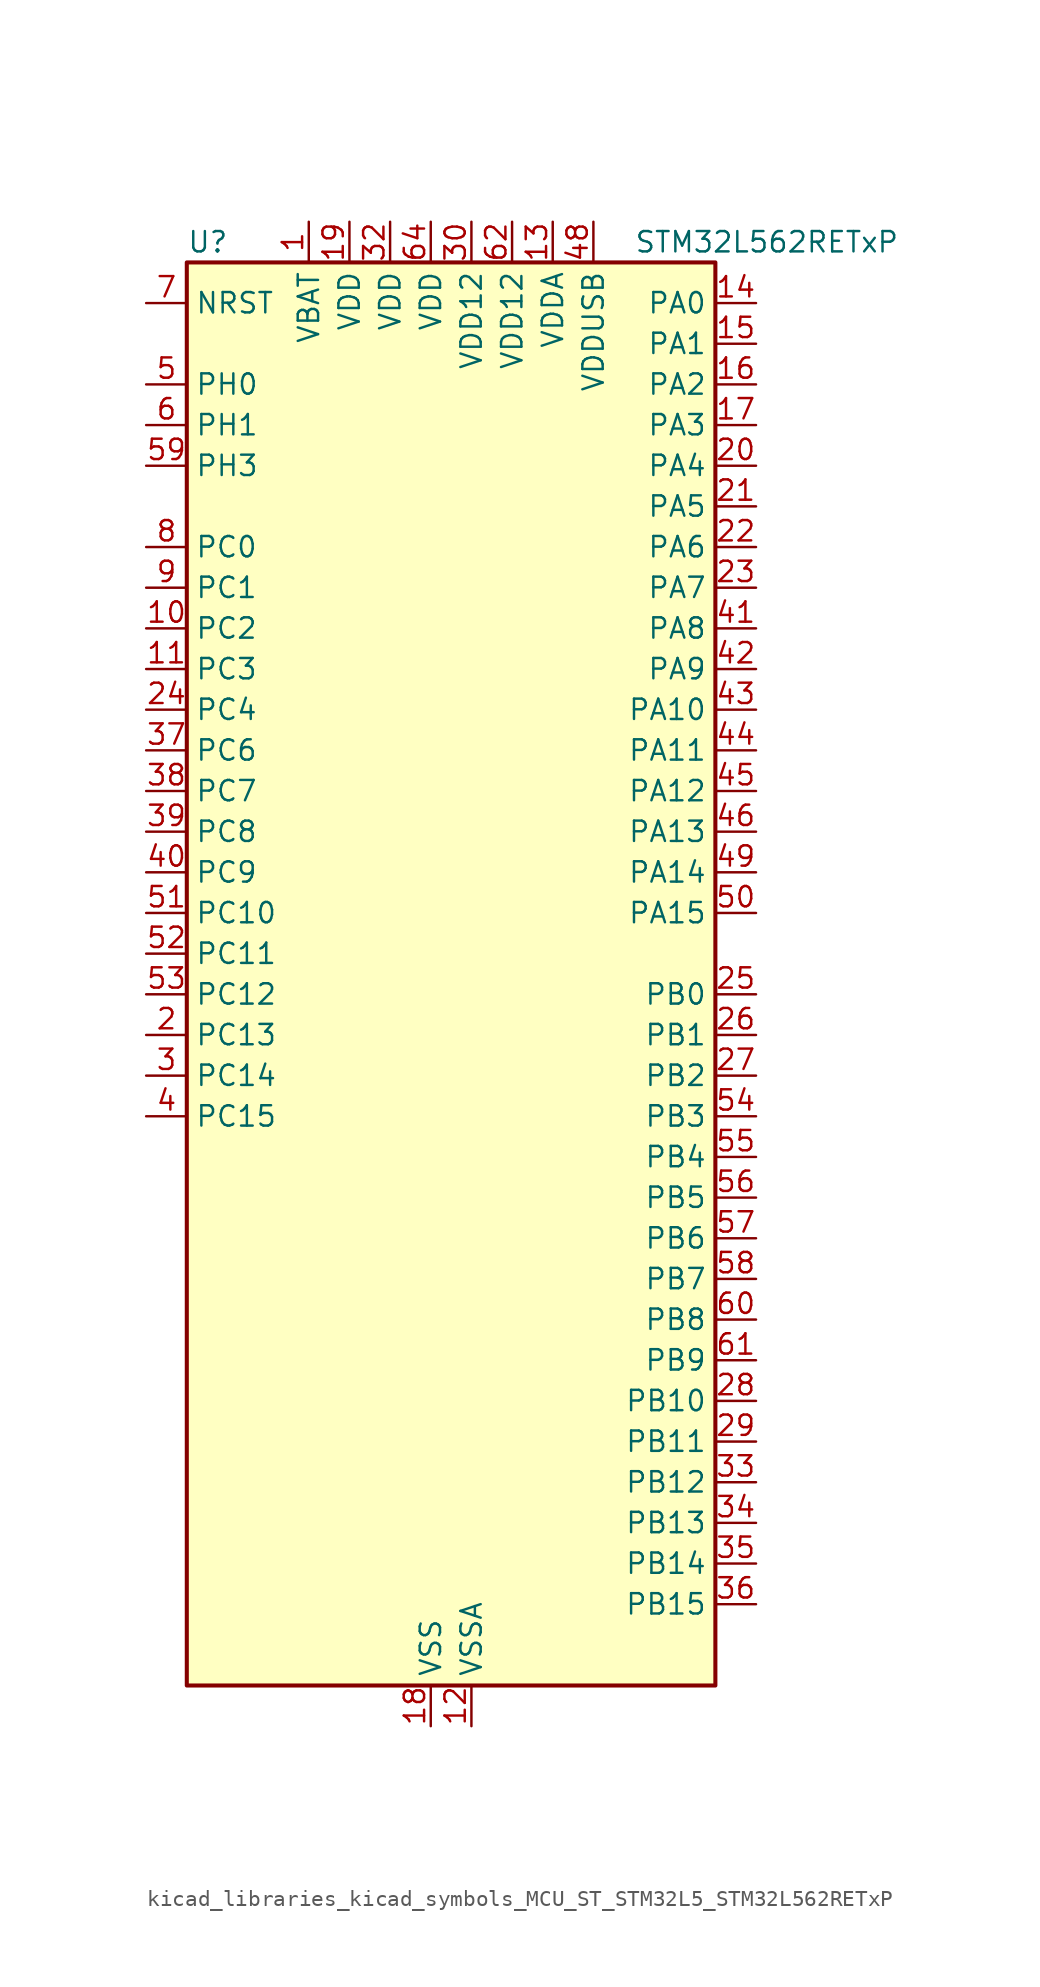
<source format=kicad_sym>
(kicad_symbol_lib
  (version 20220914)
  (generator kicad_symbol_editor)
  (symbol "kicad_libraries_kicad_symbols_MCU_ST_STM32L5_STM32L562RETxP"
    (property "Reference" "U"
      (at -15.24 46.99 0)
      (effects (font (size 1.27 1.27)) (justify left)))
    (property "Value" "STM32L562RETxP"
      (at 12.7 46.99 0)
      (effects (font (size 1.27 1.27)) (justify left)))
    (property "ki_locked" ""
      (at 0 0 0)
      (effects (font (size 1.27 1.27))))
    (symbol "kicad_libraries_kicad_symbols_MCU_ST_STM32L5_STM32L562RETxP_0_1"
      (rectangle (start -15.24 -43.18) (end 17.78 45.72) (stroke (width 0.254) (type default)) (fill (type background))))
    (symbol "kicad_libraries_kicad_symbols_MCU_ST_STM32L5_STM32L562RETxP_1_1"
      (pin power_in line (at -7.62 48.26 270) (length 2.54) (name "VBAT" (effects (font (size 1.27 1.27)))) (number "1" (effects (font (size 1.27 1.27)))))
      (pin bidirectional line (at -17.78 22.86 0) (length 2.54) (name "PC2" (effects (font (size 1.27 1.27)))) (number "10" (effects (font (size 1.27 1.27)))) (alternate "ADC1_IN3" bidirectional line) (alternate "ADC2_IN3" bidirectional line) (alternate "DFSDM1_CKOUT" bidirectional line) (alternate "LPTIM1_IN2" bidirectional line) (alternate "OCTOSPI1_IO5" bidirectional line) (alternate "SPI2_MISO" bidirectional line))
      (pin bidirectional line (at -17.78 20.32 0) (length 2.54) (name "PC3" (effects (font (size 1.27 1.27)))) (number "11" (effects (font (size 1.27 1.27)))) (alternate "ADC1_IN4" bidirectional line) (alternate "ADC2_IN4" bidirectional line) (alternate "LPTIM1_ETR" bidirectional line) (alternate "LPTIM2_ETR" bidirectional line) (alternate "LPTIM3_OUT" bidirectional line) (alternate "OCTOSPI1_IO6" bidirectional line) (alternate "SAI1_D1" bidirectional line) (alternate "SAI1_SD_A" bidirectional line) (alternate "SPI2_MOSI" bidirectional line))
      (pin power_in line (at 2.54 -45.72 90) (length 2.54) (name "VSSA" (effects (font (size 1.27 1.27)))) (number "12" (effects (font (size 1.27 1.27)))))
      (pin power_in line (at 7.62 48.26 270) (length 2.54) (name "VDDA" (effects (font (size 1.27 1.27)))) (number "13" (effects (font (size 1.27 1.27)))))
      (pin bidirectional line (at 20.32 43.18 180) (length 2.54) (name "PA0" (effects (font (size 1.27 1.27)))) (number "14" (effects (font (size 1.27 1.27)))) (alternate "ADC1_IN5" bidirectional line) (alternate "ADC2_IN5" bidirectional line) (alternate "OPAMP1_VINP" bidirectional line) (alternate "PWR_WKUP1" bidirectional line) (alternate "SAI1_EXTCLK" bidirectional line) (alternate "TAMP_IN2" bidirectional line) (alternate "TAMP_OUT1" bidirectional line) (alternate "TIM2_CH1" bidirectional line) (alternate "TIM2_ETR" bidirectional line) (alternate "TIM5_CH1" bidirectional line) (alternate "TIM8_ETR" bidirectional line) (alternate "UART4_TX" bidirectional line) (alternate "USART2_CTS" bidirectional line) (alternate "USART2_NSS" bidirectional line))
      (pin bidirectional line (at 20.32 40.64 180) (length 2.54) (name "PA1" (effects (font (size 1.27 1.27)))) (number "15" (effects (font (size 1.27 1.27)))) (alternate "ADC1_IN6" bidirectional line) (alternate "ADC2_IN6" bidirectional line) (alternate "I2C1_SMBA" bidirectional line) (alternate "OCTOSPI1_DQS" bidirectional line) (alternate "OPAMP1_VINM" bidirectional line) (alternate "SPI1_SCK" bidirectional line) (alternate "TAMP_IN5" bidirectional line) (alternate "TAMP_OUT4" bidirectional line) (alternate "TIM15_CH1N" bidirectional line) (alternate "TIM2_CH2" bidirectional line) (alternate "TIM5_CH2" bidirectional line) (alternate "UART4_RX" bidirectional line) (alternate "USART2_DE" bidirectional line) (alternate "USART2_RTS" bidirectional line))
      (pin bidirectional line (at 20.32 38.1 180) (length 2.54) (name "PA2" (effects (font (size 1.27 1.27)))) (number "16" (effects (font (size 1.27 1.27)))) (alternate "ADC1_IN7" bidirectional line) (alternate "ADC2_IN7" bidirectional line) (alternate "COMP1_INP" bidirectional line) (alternate "LPUART1_TX" bidirectional line) (alternate "OCTOSPI1_NCS" bidirectional line) (alternate "PWR_WKUP4" bidirectional line) (alternate "RCC_LSCO" bidirectional line) (alternate "SAI2_EXTCLK" bidirectional line) (alternate "TIM15_CH1" bidirectional line) (alternate "TIM2_CH3" bidirectional line) (alternate "TIM5_CH3" bidirectional line) (alternate "UCPD1_FRSTX1" bidirectional line) (alternate "USART2_TX" bidirectional line))
      (pin bidirectional line (at 20.32 35.56 180) (length 2.54) (name "PA3" (effects (font (size 1.27 1.27)))) (number "17" (effects (font (size 1.27 1.27)))) (alternate "ADC1_IN8" bidirectional line) (alternate "ADC2_IN8" bidirectional line) (alternate "LPUART1_RX" bidirectional line) (alternate "OCTOSPI1_CLK" bidirectional line) (alternate "OPAMP1_VOUT" bidirectional line) (alternate "SAI1_CK1" bidirectional line) (alternate "SAI1_MCLK_A" bidirectional line) (alternate "TIM15_CH2" bidirectional line) (alternate "TIM2_CH4" bidirectional line) (alternate "TIM5_CH4" bidirectional line) (alternate "USART2_RX" bidirectional line))
      (pin power_in line (at 0 -45.72 90) (length 2.54) (name "VSS" (effects (font (size 1.27 1.27)))) (number "18" (effects (font (size 1.27 1.27)))))
      (pin power_in line (at -5.08 48.26 270) (length 2.54) (name "VDD" (effects (font (size 1.27 1.27)))) (number "19" (effects (font (size 1.27 1.27)))))
      (pin bidirectional line (at -17.78 -2.54 0) (length 2.54) (name "PC13" (effects (font (size 1.27 1.27)))) (number "2" (effects (font (size 1.27 1.27)))) (alternate "PWR_WKUP2" bidirectional line) (alternate "RTC_OUT1" bidirectional line) (alternate "RTC_TS" bidirectional line) (alternate "TAMP_IN1" bidirectional line) (alternate "TAMP_OUT2" bidirectional line))
      (pin bidirectional line (at 20.32 33.02 180) (length 2.54) (name "PA4" (effects (font (size 1.27 1.27)))) (number "20" (effects (font (size 1.27 1.27)))) (alternate "ADC1_IN9" bidirectional line) (alternate "ADC2_IN9" bidirectional line) (alternate "DAC1_OUT1" bidirectional line) (alternate "LPTIM2_OUT" bidirectional line) (alternate "OCTOSPI1_NCS" bidirectional line) (alternate "SAI1_FS_B" bidirectional line) (alternate "SPI1_NSS" bidirectional line) (alternate "SPI3_NSS" bidirectional line) (alternate "USART2_CK" bidirectional line))
      (pin bidirectional line (at 20.32 30.48 180) (length 2.54) (name "PA5" (effects (font (size 1.27 1.27)))) (number "21" (effects (font (size 1.27 1.27)))) (alternate "ADC1_IN10" bidirectional line) (alternate "ADC2_IN10" bidirectional line) (alternate "DAC1_OUT2" bidirectional line) (alternate "LPTIM2_ETR" bidirectional line) (alternate "SPI1_SCK" bidirectional line) (alternate "TIM2_CH1" bidirectional line) (alternate "TIM2_ETR" bidirectional line) (alternate "TIM8_CH1N" bidirectional line))
      (pin bidirectional line (at 20.32 27.94 180) (length 2.54) (name "PA6" (effects (font (size 1.27 1.27)))) (number "22" (effects (font (size 1.27 1.27)))) (alternate "ADC1_IN11" bidirectional line) (alternate "ADC2_IN11" bidirectional line) (alternate "LPUART1_CTS" bidirectional line) (alternate "OCTOSPI1_IO3" bidirectional line) (alternate "OPAMP2_VINP" bidirectional line) (alternate "SPI1_MISO" bidirectional line) (alternate "TIM16_CH1" bidirectional line) (alternate "TIM1_BKIN" bidirectional line) (alternate "TIM3_CH1" bidirectional line) (alternate "TIM8_BKIN" bidirectional line) (alternate "USART3_CTS" bidirectional line) (alternate "USART3_NSS" bidirectional line))
      (pin bidirectional line (at 20.32 25.4 180) (length 2.54) (name "PA7" (effects (font (size 1.27 1.27)))) (number "23" (effects (font (size 1.27 1.27)))) (alternate "ADC1_IN12" bidirectional line) (alternate "ADC2_IN12" bidirectional line) (alternate "I2C3_SCL" bidirectional line) (alternate "OCTOSPI1_IO2" bidirectional line) (alternate "OPAMP2_VINM" bidirectional line) (alternate "SPI1_MOSI" bidirectional line) (alternate "TIM17_CH1" bidirectional line) (alternate "TIM1_CH1N" bidirectional line) (alternate "TIM3_CH2" bidirectional line) (alternate "TIM8_CH1N" bidirectional line))
      (pin bidirectional line (at -17.78 17.78 0) (length 2.54) (name "PC4" (effects (font (size 1.27 1.27)))) (number "24" (effects (font (size 1.27 1.27)))) (alternate "ADC1_IN13" bidirectional line) (alternate "ADC2_IN13" bidirectional line) (alternate "COMP1_INM" bidirectional line) (alternate "OCTOSPI1_IO7" bidirectional line) (alternate "USART3_TX" bidirectional line))
      (pin bidirectional line (at 20.32 0 180) (length 2.54) (name "PB0" (effects (font (size 1.27 1.27)))) (number "25" (effects (font (size 1.27 1.27)))) (alternate "ADC1_IN15" bidirectional line) (alternate "ADC2_IN15" bidirectional line) (alternate "COMP1_OUT" bidirectional line) (alternate "OCTOSPI1_IO1" bidirectional line) (alternate "OPAMP2_VOUT" bidirectional line) (alternate "SAI1_EXTCLK" bidirectional line) (alternate "SPI1_NSS" bidirectional line) (alternate "TIM1_CH2N" bidirectional line) (alternate "TIM3_CH3" bidirectional line) (alternate "TIM8_CH2N" bidirectional line) (alternate "USART3_CK" bidirectional line))
      (pin bidirectional line (at 20.32 -2.54 180) (length 2.54) (name "PB1" (effects (font (size 1.27 1.27)))) (number "26" (effects (font (size 1.27 1.27)))) (alternate "ADC1_IN16" bidirectional line) (alternate "ADC2_IN16" bidirectional line) (alternate "COMP1_INM" bidirectional line) (alternate "DFSDM1_DATIN0" bidirectional line) (alternate "LPTIM2_IN1" bidirectional line) (alternate "LPUART1_DE" bidirectional line) (alternate "LPUART1_RTS" bidirectional line) (alternate "OCTOSPI1_IO0" bidirectional line) (alternate "TIM1_CH3N" bidirectional line) (alternate "TIM3_CH4" bidirectional line) (alternate "TIM8_CH3N" bidirectional line) (alternate "USART3_DE" bidirectional line) (alternate "USART3_RTS" bidirectional line))
      (pin bidirectional line (at 20.32 -5.08 180) (length 2.54) (name "PB2" (effects (font (size 1.27 1.27)))) (number "27" (effects (font (size 1.27 1.27)))) (alternate "COMP1_INP" bidirectional line) (alternate "DFSDM1_CKIN0" bidirectional line) (alternate "I2C3_SMBA" bidirectional line) (alternate "LPTIM1_OUT" bidirectional line) (alternate "OCTOSPI1_DQS" bidirectional line) (alternate "RTC_OUT2" bidirectional line) (alternate "UCPD1_FRSTX1" bidirectional line))
      (pin bidirectional line (at 20.32 -25.4 180) (length 2.54) (name "PB10" (effects (font (size 1.27 1.27)))) (number "28" (effects (font (size 1.27 1.27)))) (alternate "COMP1_OUT" bidirectional line) (alternate "I2C2_SCL" bidirectional line) (alternate "I2C4_SCL" bidirectional line) (alternate "LPTIM3_OUT" bidirectional line) (alternate "LPUART1_RX" bidirectional line) (alternate "OCTOSPI1_CLK" bidirectional line) (alternate "SAI1_SCK_A" bidirectional line) (alternate "SPI2_SCK" bidirectional line) (alternate "TIM2_CH3" bidirectional line) (alternate "TSC_SYNC" bidirectional line) (alternate "USART3_TX" bidirectional line))
      (pin bidirectional line (at 20.32 -27.94 180) (length 2.54) (name "PB11" (effects (font (size 1.27 1.27)))) (number "29" (effects (font (size 1.27 1.27)))) (alternate "ADC1_EXTI11" bidirectional line) (alternate "ADC2_EXTI11" bidirectional line) (alternate "COMP2_OUT" bidirectional line) (alternate "I2C2_SDA" bidirectional line) (alternate "I2C4_SDA" bidirectional line) (alternate "LPUART1_TX" bidirectional line) (alternate "OCTOSPI1_NCS" bidirectional line) (alternate "TIM2_CH4" bidirectional line) (alternate "USART3_RX" bidirectional line))
      (pin bidirectional line (at -17.78 -5.08 0) (length 2.54) (name "PC14" (effects (font (size 1.27 1.27)))) (number "3" (effects (font (size 1.27 1.27)))) (alternate "RCC_OSC32_IN" bidirectional line))
      (pin power_in line (at 2.54 48.26 270) (length 2.54) (name "VDD12" (effects (font (size 1.27 1.27)))) (number "30" (effects (font (size 1.27 1.27)))))
      (pin passive line (at 0 -45.72 90) (length 2.54) hide (name "VSS" (effects (font (size 1.27 1.27)))) (number "31" (effects (font (size 1.27 1.27)))))
      (pin power_in line (at -2.54 48.26 270) (length 2.54) (name "VDD" (effects (font (size 1.27 1.27)))) (number "32" (effects (font (size 1.27 1.27)))))
      (pin bidirectional line (at 20.32 -30.48 180) (length 2.54) (name "PB12" (effects (font (size 1.27 1.27)))) (number "33" (effects (font (size 1.27 1.27)))) (alternate "DFSDM1_DATIN1" bidirectional line) (alternate "I2C2_SMBA" bidirectional line) (alternate "LPUART1_DE" bidirectional line) (alternate "LPUART1_RTS" bidirectional line) (alternate "OCTOSPI1_NCLK" bidirectional line) (alternate "SAI2_FS_A" bidirectional line) (alternate "SPI2_NSS" bidirectional line) (alternate "TIM15_BKIN" bidirectional line) (alternate "TIM1_BKIN" bidirectional line) (alternate "TSC_G1_IO1" bidirectional line) (alternate "USART3_CK" bidirectional line))
      (pin bidirectional line (at 20.32 -33.02 180) (length 2.54) (name "PB13" (effects (font (size 1.27 1.27)))) (number "34" (effects (font (size 1.27 1.27)))) (alternate "DFSDM1_CKIN1" bidirectional line) (alternate "I2C2_SCL" bidirectional line) (alternate "LPTIM3_IN1" bidirectional line) (alternate "LPUART1_CTS" bidirectional line) (alternate "SAI2_SCK_A" bidirectional line) (alternate "SPI2_SCK" bidirectional line) (alternate "TIM15_CH1N" bidirectional line) (alternate "TIM1_CH1N" bidirectional line) (alternate "TSC_G1_IO2" bidirectional line) (alternate "UCPD1_FRSTX2" bidirectional line) (alternate "USART3_CTS" bidirectional line) (alternate "USART3_NSS" bidirectional line))
      (pin bidirectional line (at 20.32 -35.56 180) (length 2.54) (name "PB14" (effects (font (size 1.27 1.27)))) (number "35" (effects (font (size 1.27 1.27)))) (alternate "DFSDM1_DATIN2" bidirectional line) (alternate "I2C2_SDA" bidirectional line) (alternate "LPTIM3_ETR" bidirectional line) (alternate "SAI2_MCLK_A" bidirectional line) (alternate "SPI2_MISO" bidirectional line) (alternate "TIM15_CH1" bidirectional line) (alternate "TIM1_CH2N" bidirectional line) (alternate "TIM8_CH2N" bidirectional line) (alternate "TSC_G1_IO3" bidirectional line) (alternate "UCPD1_DBCC2" bidirectional line) (alternate "USART3_DE" bidirectional line) (alternate "USART3_RTS" bidirectional line))
      (pin bidirectional line (at 20.32 -38.1 180) (length 2.54) (name "PB15" (effects (font (size 1.27 1.27)))) (number "36" (effects (font (size 1.27 1.27)))) (alternate "ADC1_EXTI15" bidirectional line) (alternate "ADC2_EXTI15" bidirectional line) (alternate "DFSDM1_CKIN2" bidirectional line) (alternate "RTC_REFIN" bidirectional line) (alternate "SAI2_SD_A" bidirectional line) (alternate "SPI2_MOSI" bidirectional line) (alternate "TIM15_CH2" bidirectional line) (alternate "TIM1_CH3N" bidirectional line) (alternate "TIM8_CH3N" bidirectional line) (alternate "UCPD1_CC2" bidirectional line))
      (pin bidirectional line (at -17.78 15.24 0) (length 2.54) (name "PC6" (effects (font (size 1.27 1.27)))) (number "37" (effects (font (size 1.27 1.27)))) (alternate "DFSDM1_CKIN3" bidirectional line) (alternate "SAI2_MCLK_A" bidirectional line) (alternate "TIM3_CH1" bidirectional line) (alternate "TIM8_CH1" bidirectional line) (alternate "TSC_G4_IO1" bidirectional line))
      (pin bidirectional line (at -17.78 12.7 0) (length 2.54) (name "PC7" (effects (font (size 1.27 1.27)))) (number "38" (effects (font (size 1.27 1.27)))) (alternate "DFSDM1_DATIN3" bidirectional line) (alternate "SAI2_MCLK_B" bidirectional line) (alternate "TIM3_CH2" bidirectional line) (alternate "TIM8_CH2" bidirectional line) (alternate "TSC_G4_IO2" bidirectional line))
      (pin bidirectional line (at -17.78 10.16 0) (length 2.54) (name "PC8" (effects (font (size 1.27 1.27)))) (number "39" (effects (font (size 1.27 1.27)))) (alternate "TIM3_CH3" bidirectional line) (alternate "TIM8_CH3" bidirectional line) (alternate "TSC_G4_IO3" bidirectional line))
      (pin bidirectional line (at -17.78 -7.62 0) (length 2.54) (name "PC15" (effects (font (size 1.27 1.27)))) (number "4" (effects (font (size 1.27 1.27)))) (alternate "ADC1_EXTI15" bidirectional line) (alternate "ADC2_EXTI15" bidirectional line) (alternate "RCC_OSC32_OUT" bidirectional line))
      (pin bidirectional line (at -17.78 7.62 0) (length 2.54) (name "PC9" (effects (font (size 1.27 1.27)))) (number "40" (effects (font (size 1.27 1.27)))) (alternate "DAC1_EXTI9" bidirectional line) (alternate "DEBUG_TRACED0" bidirectional line) (alternate "SAI2_EXTCLK" bidirectional line) (alternate "TIM3_CH4" bidirectional line) (alternate "TIM8_BKIN2" bidirectional line) (alternate "TIM8_CH4" bidirectional line) (alternate "TSC_G4_IO4" bidirectional line) (alternate "USB_NOE" bidirectional line))
      (pin bidirectional line (at 20.32 22.86 180) (length 2.54) (name "PA8" (effects (font (size 1.27 1.27)))) (number "41" (effects (font (size 1.27 1.27)))) (alternate "LPTIM2_OUT" bidirectional line) (alternate "RCC_MCO" bidirectional line) (alternate "SAI1_CK2" bidirectional line) (alternate "SAI1_SCK_A" bidirectional line) (alternate "TIM1_CH1" bidirectional line) (alternate "USART1_CK" bidirectional line))
      (pin bidirectional line (at 20.32 20.32 180) (length 2.54) (name "PA9" (effects (font (size 1.27 1.27)))) (number "42" (effects (font (size 1.27 1.27)))) (alternate "DAC1_EXTI9" bidirectional line) (alternate "SAI1_FS_A" bidirectional line) (alternate "SPI2_SCK" bidirectional line) (alternate "TIM15_BKIN" bidirectional line) (alternate "TIM1_CH2" bidirectional line) (alternate "USART1_TX" bidirectional line))
      (pin bidirectional line (at 20.32 17.78 180) (length 2.54) (name "PA10" (effects (font (size 1.27 1.27)))) (number "43" (effects (font (size 1.27 1.27)))) (alternate "CRS_SYNC" bidirectional line) (alternate "SAI1_D1" bidirectional line) (alternate "SAI1_SD_A" bidirectional line) (alternate "TIM17_BKIN" bidirectional line) (alternate "TIM1_CH3" bidirectional line) (alternate "USART1_RX" bidirectional line))
      (pin bidirectional line (at 20.32 15.24 180) (length 2.54) (name "PA11" (effects (font (size 1.27 1.27)))) (number "44" (effects (font (size 1.27 1.27)))) (alternate "ADC1_EXTI11" bidirectional line) (alternate "ADC2_EXTI11" bidirectional line) (alternate "FDCAN1_RX" bidirectional line) (alternate "SPI1_MISO" bidirectional line) (alternate "TIM1_BKIN2" bidirectional line) (alternate "TIM1_CH4" bidirectional line) (alternate "USART1_CTS" bidirectional line) (alternate "USART1_NSS" bidirectional line) (alternate "USB_DM" bidirectional line))
      (pin bidirectional line (at 20.32 12.7 180) (length 2.54) (name "PA12" (effects (font (size 1.27 1.27)))) (number "45" (effects (font (size 1.27 1.27)))) (alternate "FDCAN1_TX" bidirectional line) (alternate "SPI1_MOSI" bidirectional line) (alternate "TIM1_ETR" bidirectional line) (alternate "USART1_DE" bidirectional line) (alternate "USART1_RTS" bidirectional line) (alternate "USB_DP" bidirectional line))
      (pin bidirectional line (at 20.32 10.16 180) (length 2.54) (name "PA13" (effects (font (size 1.27 1.27)))) (number "46" (effects (font (size 1.27 1.27)))) (alternate "DEBUG_JTMS-SWDIO" bidirectional line) (alternate "IR_OUT" bidirectional line) (alternate "SAI1_SD_B" bidirectional line) (alternate "USB_NOE" bidirectional line))
      (pin passive line (at 0 -45.72 90) (length 2.54) hide (name "VSS" (effects (font (size 1.27 1.27)))) (number "47" (effects (font (size 1.27 1.27)))))
      (pin power_in line (at 10.16 48.26 270) (length 2.54) (name "VDDUSB" (effects (font (size 1.27 1.27)))) (number "48" (effects (font (size 1.27 1.27)))))
      (pin bidirectional line (at 20.32 7.62 180) (length 2.54) (name "PA14" (effects (font (size 1.27 1.27)))) (number "49" (effects (font (size 1.27 1.27)))) (alternate "DEBUG_JTCK-SWCLK" bidirectional line) (alternate "I2C1_SMBA" bidirectional line) (alternate "I2C4_SMBA" bidirectional line) (alternate "LPTIM1_OUT" bidirectional line) (alternate "SAI1_FS_B" bidirectional line))
      (pin bidirectional line (at -17.78 38.1 0) (length 2.54) (name "PH0" (effects (font (size 1.27 1.27)))) (number "5" (effects (font (size 1.27 1.27)))) (alternate "RCC_OSC_IN" bidirectional line))
      (pin bidirectional line (at 20.32 5.08 180) (length 2.54) (name "PA15" (effects (font (size 1.27 1.27)))) (number "50" (effects (font (size 1.27 1.27)))) (alternate "ADC1_EXTI15" bidirectional line) (alternate "ADC2_EXTI15" bidirectional line) (alternate "DEBUG_JTDI" bidirectional line) (alternate "SAI2_FS_B" bidirectional line) (alternate "SPI1_NSS" bidirectional line) (alternate "SPI3_NSS" bidirectional line) (alternate "TIM2_CH1" bidirectional line) (alternate "TIM2_ETR" bidirectional line) (alternate "UART4_DE" bidirectional line) (alternate "UART4_RTS" bidirectional line) (alternate "UCPD1_CC1" bidirectional line) (alternate "USART2_RX" bidirectional line) (alternate "USART3_DE" bidirectional line) (alternate "USART3_RTS" bidirectional line))
      (pin bidirectional line (at -17.78 5.08 0) (length 2.54) (name "PC10" (effects (font (size 1.27 1.27)))) (number "51" (effects (font (size 1.27 1.27)))) (alternate "DEBUG_TRACED1" bidirectional line) (alternate "LPTIM3_ETR" bidirectional line) (alternate "SAI2_SCK_B" bidirectional line) (alternate "SPI3_SCK" bidirectional line) (alternate "TSC_G3_IO2" bidirectional line) (alternate "UART4_TX" bidirectional line) (alternate "USART3_TX" bidirectional line))
      (pin bidirectional line (at -17.78 2.54 0) (length 2.54) (name "PC11" (effects (font (size 1.27 1.27)))) (number "52" (effects (font (size 1.27 1.27)))) (alternate "ADC1_EXTI11" bidirectional line) (alternate "ADC2_EXTI11" bidirectional line) (alternate "LPTIM3_IN1" bidirectional line) (alternate "OCTOSPI1_NCS" bidirectional line) (alternate "SAI2_MCLK_B" bidirectional line) (alternate "SPI3_MISO" bidirectional line) (alternate "TSC_G3_IO3" bidirectional line) (alternate "UART4_RX" bidirectional line) (alternate "UCPD1_FRSTX2" bidirectional line) (alternate "USART3_RX" bidirectional line))
      (pin bidirectional line (at -17.78 0 0) (length 2.54) (name "PC12" (effects (font (size 1.27 1.27)))) (number "53" (effects (font (size 1.27 1.27)))) (alternate "DEBUG_TRACED3" bidirectional line) (alternate "SAI2_SD_B" bidirectional line) (alternate "SPI3_MOSI" bidirectional line) (alternate "TSC_G3_IO4" bidirectional line) (alternate "UART5_TX" bidirectional line) (alternate "USART3_CK" bidirectional line))
      (pin bidirectional line (at 20.32 -7.62 180) (length 2.54) (name "PB3" (effects (font (size 1.27 1.27)))) (number "54" (effects (font (size 1.27 1.27)))) (alternate "COMP2_INM" bidirectional line) (alternate "CRS_SYNC" bidirectional line) (alternate "DEBUG_JTDO-SWO" bidirectional line) (alternate "SAI1_SCK_B" bidirectional line) (alternate "SPI1_SCK" bidirectional line) (alternate "SPI3_SCK" bidirectional line) (alternate "TIM2_CH2" bidirectional line) (alternate "USART1_DE" bidirectional line) (alternate "USART1_RTS" bidirectional line))
      (pin bidirectional line (at 20.32 -10.16 180) (length 2.54) (name "PB4" (effects (font (size 1.27 1.27)))) (number "55" (effects (font (size 1.27 1.27)))) (alternate "COMP2_INP" bidirectional line) (alternate "DEBUG_JTRST" bidirectional line) (alternate "I2C3_SDA" bidirectional line) (alternate "SAI1_MCLK_B" bidirectional line) (alternate "SPI1_MISO" bidirectional line) (alternate "SPI3_MISO" bidirectional line) (alternate "TIM17_BKIN" bidirectional line) (alternate "TIM3_CH1" bidirectional line) (alternate "TSC_G2_IO1" bidirectional line) (alternate "UART5_DE" bidirectional line) (alternate "UART5_RTS" bidirectional line) (alternate "USART1_CTS" bidirectional line) (alternate "USART1_NSS" bidirectional line))
      (pin bidirectional line (at 20.32 -12.7 180) (length 2.54) (name "PB5" (effects (font (size 1.27 1.27)))) (number "56" (effects (font (size 1.27 1.27)))) (alternate "COMP2_OUT" bidirectional line) (alternate "I2C1_SMBA" bidirectional line) (alternate "LPTIM1_IN1" bidirectional line) (alternate "OCTOSPI1_NCLK" bidirectional line) (alternate "SAI1_SD_B" bidirectional line) (alternate "SPI1_MOSI" bidirectional line) (alternate "SPI3_MOSI" bidirectional line) (alternate "TIM16_BKIN" bidirectional line) (alternate "TIM3_CH2" bidirectional line) (alternate "TSC_G2_IO2" bidirectional line) (alternate "UART5_CTS" bidirectional line) (alternate "UCPD1_DBCC1" bidirectional line) (alternate "USART1_CK" bidirectional line))
      (pin bidirectional line (at 20.32 -15.24 180) (length 2.54) (name "PB6" (effects (font (size 1.27 1.27)))) (number "57" (effects (font (size 1.27 1.27)))) (alternate "COMP2_INP" bidirectional line) (alternate "I2C1_SCL" bidirectional line) (alternate "I2C4_SCL" bidirectional line) (alternate "LPTIM1_ETR" bidirectional line) (alternate "SAI1_FS_B" bidirectional line) (alternate "TIM16_CH1N" bidirectional line) (alternate "TIM4_CH1" bidirectional line) (alternate "TIM8_BKIN2" bidirectional line) (alternate "TSC_G2_IO3" bidirectional line) (alternate "USART1_TX" bidirectional line))
      (pin bidirectional line (at 20.32 -17.78 180) (length 2.54) (name "PB7" (effects (font (size 1.27 1.27)))) (number "58" (effects (font (size 1.27 1.27)))) (alternate "COMP2_INM" bidirectional line) (alternate "I2C1_SDA" bidirectional line) (alternate "I2C4_SDA" bidirectional line) (alternate "LPTIM1_IN2" bidirectional line) (alternate "PWR_PVD_IN" bidirectional line) (alternate "TIM17_CH1N" bidirectional line) (alternate "TIM4_CH2" bidirectional line) (alternate "TIM8_BKIN" bidirectional line) (alternate "TSC_G2_IO4" bidirectional line) (alternate "UART4_CTS" bidirectional line) (alternate "USART1_RX" bidirectional line))
      (pin bidirectional line (at -17.78 33.02 0) (length 2.54) (name "PH3" (effects (font (size 1.27 1.27)))) (number "59" (effects (font (size 1.27 1.27)))))
      (pin bidirectional line (at -17.78 35.56 0) (length 2.54) (name "PH1" (effects (font (size 1.27 1.27)))) (number "6" (effects (font (size 1.27 1.27)))) (alternate "RCC_OSC_OUT" bidirectional line))
      (pin bidirectional line (at 20.32 -20.32 180) (length 2.54) (name "PB8" (effects (font (size 1.27 1.27)))) (number "60" (effects (font (size 1.27 1.27)))) (alternate "DFSDM1_CKOUT" bidirectional line) (alternate "FDCAN1_RX" bidirectional line) (alternate "I2C1_SCL" bidirectional line) (alternate "SAI1_CK1" bidirectional line) (alternate "SAI1_MCLK_A" bidirectional line) (alternate "TIM16_CH1" bidirectional line) (alternate "TIM4_CH3" bidirectional line))
      (pin bidirectional line (at 20.32 -22.86 180) (length 2.54) (name "PB9" (effects (font (size 1.27 1.27)))) (number "61" (effects (font (size 1.27 1.27)))) (alternate "DAC1_EXTI9" bidirectional line) (alternate "FDCAN1_TX" bidirectional line) (alternate "I2C1_SDA" bidirectional line) (alternate "IR_OUT" bidirectional line) (alternate "SAI1_D2" bidirectional line) (alternate "SAI1_FS_A" bidirectional line) (alternate "SPI2_NSS" bidirectional line) (alternate "TIM17_CH1" bidirectional line) (alternate "TIM4_CH4" bidirectional line))
      (pin power_in line (at 5.08 48.26 270) (length 2.54) (name "VDD12" (effects (font (size 1.27 1.27)))) (number "62" (effects (font (size 1.27 1.27)))))
      (pin passive line (at 0 -45.72 90) (length 2.54) hide (name "VSS" (effects (font (size 1.27 1.27)))) (number "63" (effects (font (size 1.27 1.27)))))
      (pin power_in line (at 0 48.26 270) (length 2.54) (name "VDD" (effects (font (size 1.27 1.27)))) (number "64" (effects (font (size 1.27 1.27)))))
      (pin input line (at -17.78 43.18 0) (length 2.54) (name "NRST" (effects (font (size 1.27 1.27)))) (number "7" (effects (font (size 1.27 1.27)))))
      (pin bidirectional line (at -17.78 27.94 0) (length 2.54) (name "PC0" (effects (font (size 1.27 1.27)))) (number "8" (effects (font (size 1.27 1.27)))) (alternate "ADC1_IN1" bidirectional line) (alternate "ADC2_IN1" bidirectional line) (alternate "I2C3_SCL" bidirectional line) (alternate "LPTIM1_IN1" bidirectional line) (alternate "LPTIM2_IN1" bidirectional line) (alternate "LPUART1_RX" bidirectional line) (alternate "OCTOSPI1_IO7" bidirectional line) (alternate "SAI2_FS_A" bidirectional line))
      (pin bidirectional line (at -17.78 25.4 0) (length 2.54) (name "PC1" (effects (font (size 1.27 1.27)))) (number "9" (effects (font (size 1.27 1.27)))) (alternate "ADC1_IN2" bidirectional line) (alternate "ADC2_IN2" bidirectional line) (alternate "DEBUG_TRACED0" bidirectional line) (alternate "I2C3_SDA" bidirectional line) (alternate "LPTIM1_OUT" bidirectional line) (alternate "LPUART1_TX" bidirectional line) (alternate "OCTOSPI1_IO4" bidirectional line) (alternate "SAI1_SD_A" bidirectional line) (alternate "SPI2_MOSI" bidirectional line)))))
</source>
